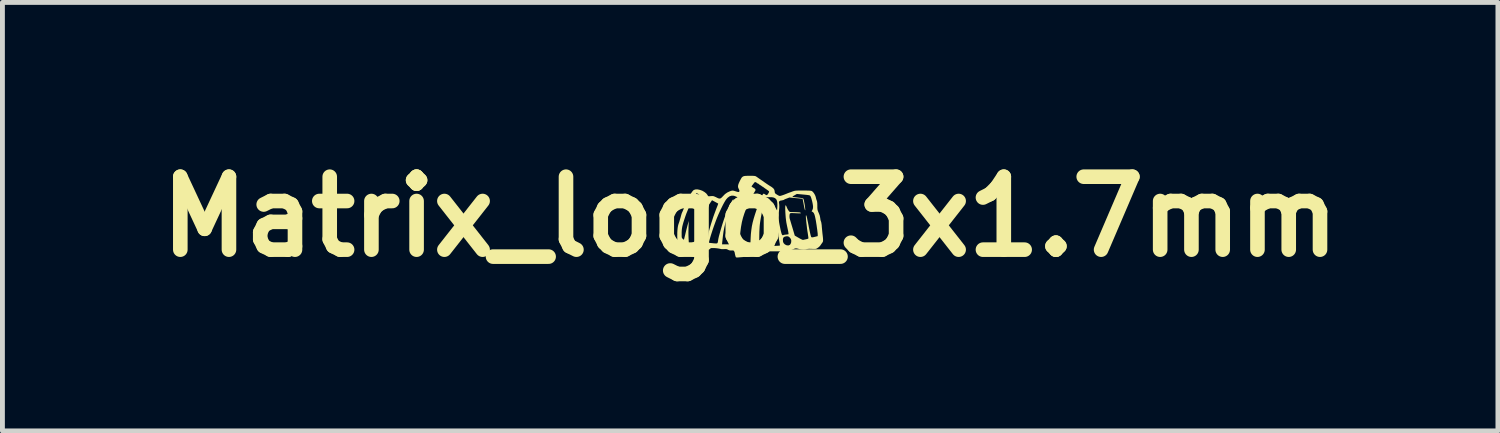
<source format=kicad_pcb>
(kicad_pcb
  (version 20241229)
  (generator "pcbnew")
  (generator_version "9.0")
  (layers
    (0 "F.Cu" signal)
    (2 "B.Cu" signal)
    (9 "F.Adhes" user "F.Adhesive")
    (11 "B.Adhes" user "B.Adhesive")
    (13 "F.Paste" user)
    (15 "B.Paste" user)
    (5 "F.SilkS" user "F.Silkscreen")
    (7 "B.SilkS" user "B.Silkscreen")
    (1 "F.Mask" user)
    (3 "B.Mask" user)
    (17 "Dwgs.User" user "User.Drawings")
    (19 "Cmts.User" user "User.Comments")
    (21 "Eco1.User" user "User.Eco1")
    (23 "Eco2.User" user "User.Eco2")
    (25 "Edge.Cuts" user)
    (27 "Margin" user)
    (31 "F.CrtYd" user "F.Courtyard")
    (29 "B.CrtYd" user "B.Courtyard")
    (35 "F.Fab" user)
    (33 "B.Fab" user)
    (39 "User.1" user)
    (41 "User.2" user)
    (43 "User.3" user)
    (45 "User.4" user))
  (footprint "Matrix_logo_3x1.7mm"
    (layer "F.Cu")
    (at 12.371 1.404)
    (property "Reference" "Matrix_logo_3x1.7mm" (at 0 0 0) (layer "F.SilkS") (effects (font (size 1.5 1.5) (thickness 0.3))))
    (attr board_only exclude_from_pos_files exclude_from_bom)
    (fp_poly (pts (xy -0.341 -0.35) (xy -0.339 -0.338) (xy -0.345 -0.316) (xy -0.359 -0.283) (xy -0.38 -0.239) (xy -0.401 -0.199) (xy -0.417 -0.172) (xy -0.429 -0.158) (xy -0.436 -0.155) (xy -0.448 -0.161) (xy -0.45 -0.168) (xy -0.446 -0.181) (xy -0.437 -0.204) (xy -0.423 -0.233) (xy -0.406 -0.265) (xy -0.389 -0.296) (xy -0.373 -0.323) (xy -0.36 -0.344) (xy -0.351 -0.354) (xy -0.35 -0.354)) (stroke (width 0) (type solid)) (fill yes) (layer "F.SilkS"))
    (fp_poly (pts (xy 0.434 -0.3) (xy 0.439 -0.286) (xy 0.438 -0.281) (xy 0.436 -0.265) (xy 0.432 -0.238) (xy 0.427 -0.205) (xy 0.425 -0.191) (xy 0.417 -0.143) (xy 0.408 -0.109) (xy 0.396 -0.089) (xy 0.386 -0.084) (xy 0.381 -0.091) (xy 0.378 -0.108) (xy 0.378 -0.115) (xy 0.379 -0.139) (xy 0.383 -0.17) (xy 0.388 -0.204) (xy 0.394 -0.239) (xy 0.4 -0.269) (xy 0.406 -0.292) (xy 0.41 -0.302) (xy 0.423 -0.306)) (stroke (width 0) (type solid)) (fill yes) (layer "F.SilkS"))
    (fp_poly (pts (xy 0.036 -0.84) (xy 0.068 -0.839) (xy 0.091 -0.837) (xy 0.106 -0.834) (xy 0.118 -0.829) (xy 0.129 -0.822) (xy 0.132 -0.82) (xy 0.152 -0.806) (xy 0.179 -0.787) (xy 0.209 -0.766) (xy 0.215 -0.762) (xy 0.249 -0.739) (xy 0.288 -0.711) (xy 0.326 -0.685) (xy 0.334 -0.679) (xy 0.367 -0.657) (xy 0.401 -0.635) (xy 0.429 -0.618) (xy 0.437 -0.613) (xy 0.475 -0.584) (xy 0.498 -0.55) (xy 0.505 -0.512) (xy 0.505 -0.512) (xy 0.507 -0.495) (xy 0.512 -0.482) (xy 0.526 -0.47) (xy 0.549 -0.454) (xy 0.574 -0.439) (xy 0.595 -0.429) (xy 0.607 -0.426) (xy 0.629 -0.429) (xy 0.661 -0.439) (xy 0.701 -0.453) (xy 0.744 -0.47) (xy 0.773 -0.482) (xy 0.799 -0.492) (xy 0.816 -0.498) (xy 0.834 -0.504) (xy 0.861 -0.514) (xy 0.879 -0.521) (xy 0.896 -0.526) (xy 0.913 -0.531) (xy 0.933 -0.534) (xy 0.959 -0.536) (xy 0.994 -0.537) (xy 1.039 -0.537) (xy 1.085 -0.537) (xy 1.144 -0.537) (xy 1.189 -0.536) (xy 1.222 -0.535) (xy 1.246 -0.532) (xy 1.262 -0.529) (xy 1.269 -0.526) (xy 1.291 -0.508) (xy 1.313 -0.479) (xy 1.333 -0.445) (xy 1.347 -0.409) (xy 1.351 -0.392) (xy 1.358 -0.363) (xy 1.366 -0.338) (xy 1.37 -0.329) (xy 1.376 -0.307) (xy 1.38 -0.272) (xy 1.381 -0.223) (xy 1.381 -0.184) (xy 1.383 -0.156) (xy 1.387 -0.133) (xy 1.394 -0.112) (xy 1.405 -0.086) (xy 1.408 -0.081) (xy 1.43 -0.024) (xy 1.44 0.026) (xy 1.444 0.057) (xy 1.45 0.084) (xy 1.456 0.098) (xy 1.461 0.115) (xy 1.466 0.143) (xy 1.471 0.178) (xy 1.472 0.199) (xy 1.476 0.242) (xy 1.481 0.294) (xy 1.486 0.345) (xy 1.489 0.37) (xy 1.495 0.42) (xy 1.498 0.457) (xy 1.499 0.483) (xy 1.498 0.503) (xy 1.493 0.518) (xy 1.486 0.531) (xy 1.481 0.538) (xy 1.463 0.563) (xy 1.446 0.588) (xy 1.444 0.591) (xy 1.428 0.61) (xy 1.404 0.631) (xy 1.39 0.641) (xy 1.374 0.652) (xy 1.36 0.659) (xy 1.345 0.663) (xy 1.325 0.664) (xy 1.295 0.664) (xy 1.266 0.662) (xy 1.222 0.661) (xy 1.19 0.662) (xy 1.169 0.666) (xy 1.155 0.67) (xy 1.13 0.677) (xy 1.094 0.678) (xy 1.052 0.674) (xy 1.011 0.666) (xy 0.976 0.657) (xy 0.952 0.652) (xy 0.933 0.652) (xy 0.914 0.657) (xy 0.891 0.667) (xy 0.877 0.673) (xy 0.807 0.7) (xy 0.74 0.712) (xy 0.706 0.713) (xy 0.679 0.713) (xy 0.645 0.712) (xy 0.625 0.712) (xy 0.565 0.713) (xy 0.519 0.713) (xy 0.484 0.713) (xy 0.458 0.713) (xy 0.439 0.712) (xy 0.428 0.712) (xy 0.398 0.713) (xy 0.369 0.717) (xy 0.337 0.717) (xy 0.321 0.711) (xy 0.305 0.706) (xy 0.278 0.701) (xy 0.244 0.696) (xy 0.227 0.695) (xy 0.19 0.692) (xy 0.157 0.689) (xy 0.131 0.687) (xy 0.124 0.687) (xy 0.097 0.685) (xy 0.083 0.743) (xy 0.076 0.772) (xy 0.069 0.794) (xy 0.065 0.805) (xy 0.064 0.806) (xy 0.056 0.808) (xy 0.034 0.811) (xy 0.002 0.814) (xy -0.037 0.819) (xy -0.081 0.823) (xy -0.126 0.828) (xy -0.17 0.832) (xy -0.21 0.835) (xy -0.243 0.838) (xy -0.266 0.839) (xy -0.272 0.84) (xy -0.289 0.836) (xy -0.295 0.83) (xy -0.301 0.815) (xy -0.309 0.786) (xy -0.317 0.746) (xy -0.319 0.736) (xy -0.227 0.736) (xy -0.113 0.736) (xy 0.002 0.736) (xy 0.005 0.601) (xy 0.187 0.601) (xy 0.265 0.601) (xy 0.344 0.601) (xy 0.349 0.444) (xy 0.351 0.385) (xy 0.352 0.321) (xy 0.353 0.257) (xy 0.354 0.199) (xy 0.354 0.166) (xy 0.355 0.109) (xy 0.357 0.065) (xy 0.361 0.035) (xy 0.366 0.016) (xy 0.374 0.007) (xy 0.384 0.005) (xy 0.388 0.007) (xy 0.391 0.013) (xy 0.394 0.023) (xy 0.397 0.04) (xy 0.399 0.065) (xy 0.401 0.101) (xy 0.403 0.148) (xy 0.406 0.209) (xy 0.407 0.243) (xy 0.41 0.306) (xy 0.413 0.366) (xy 0.416 0.421) (xy 0.419 0.469) (xy 0.422 0.506) (xy 0.425 0.531) (xy 0.425 0.533) (xy 0.429 0.562) (xy 0.432 0.584) (xy 0.434 0.596) (xy 0.434 0.596) (xy 0.441 0.598) (xy 0.46 0.599) (xy 0.488 0.6) (xy 0.52 0.6) (xy 0.552 0.599) (xy 0.58 0.597) (xy 0.602 0.595) (xy 0.611 0.593) (xy 0.612 0.593) (xy 0.611 0.584) (xy 0.609 0.563) (xy 0.604 0.532) (xy 0.597 0.495) (xy 0.597 0.494) (xy 0.594 0.478) (xy 0.673 0.478) (xy 0.676 0.516) (xy 0.688 0.544) (xy 0.71 0.567) (xy 0.718 0.573) (xy 0.752 0.589) (xy 0.785 0.592) (xy 0.814 0.581) (xy 0.828 0.565) (xy 0.839 0.542) (xy 0.841 0.538) (xy 0.846 0.496) (xy 0.837 0.459) (xy 0.813 0.428) (xy 0.81 0.426) (xy 0.791 0.41) (xy 0.774 0.404) (xy 0.753 0.403) (xy 0.741 0.404) (xy 0.707 0.412) (xy 0.685 0.428) (xy 0.674 0.455) (xy 0.673 0.478) (xy 0.594 0.478) (xy 0.59 0.457) (xy 0.584 0.409) (xy 0.576 0.352) (xy 0.569 0.291) (xy 0.563 0.229) (xy 0.56 0.203) (xy 0.554 0.139) (xy 0.549 0.089) (xy 0.544 0.051) (xy 0.54 0.023) (xy 0.535 0.004) (xy 0.531 -0.008) (xy 0.587 -0.008) (xy 0.587 0.034) (xy 0.59 0.074) (xy 0.595 0.115) (xy 0.603 0.161) (xy 0.613 0.211) (xy 0.625 0.27) (xy 0.636 0.315) (xy 0.645 0.347) (xy 0.653 0.367) (xy 0.658 0.374) (xy 0.671 0.384) (xy 0.679 0.381) (xy 0.689 0.376) (xy 0.711 0.371) (xy 0.734 0.369) (xy 0.761 0.366) (xy 0.781 0.363) (xy 0.789 0.36) (xy 0.789 0.351) (xy 0.786 0.329) (xy 0.781 0.297) (xy 0.773 0.259) (xy 0.769 0.241) (xy 0.755 0.175) (xy 0.744 0.119) (xy 0.737 0.069) (xy 0.731 0.019) (xy 0.727 -0.035) (xy 0.723 -0.099) (xy 0.723 -0.1) (xy 0.721 -0.157) (xy 0.721 -0.198) (xy 0.724 -0.223) (xy 0.728 -0.234) (xy 0.735 -0.231) (xy 0.745 -0.213) (xy 0.752 -0.195) (xy 0.765 -0.165) (xy 0.781 -0.136) (xy 0.792 -0.121) (xy 0.815 -0.096) (xy 0.922 -0.093) (xy 0.968 -0.091) (xy 1 -0.089) (xy 1.021 -0.087) (xy 1.034 -0.082) (xy 1.04 -0.078) (xy 1.043 -0.073) (xy 1.04 -0.07) (xy 1.03 -0.068) (xy 1.01 -0.068) (xy 0.979 -0.069) (xy 0.938 -0.071) (xy 0.893 -0.073) (xy 0.862 -0.074) (xy 0.841 -0.074) (xy 0.829 -0.072) (xy 0.822 -0.068) (xy 0.817 -0.062) (xy 0.816 -0.061) (xy 0.81 -0.039) (xy 0.808 -0.008) (xy 0.81 0.024) (xy 0.815 0.048) (xy 0.82 0.063) (xy 0.828 0.09) (xy 0.839 0.127) (xy 0.852 0.171) (xy 0.867 0.22) (xy 0.87 0.23) (xy 0.917 0.389) (xy 0.996 0.435) (xy 1.028 0.453) (xy 1.056 0.467) (xy 1.077 0.476) (xy 1.087 0.478) (xy 1.1 0.475) (xy 1.124 0.47) (xy 1.148 0.465) (xy 1.18 0.457) (xy 1.196 0.449) (xy 1.198 0.444) (xy 1.197 0.433) (xy 1.194 0.409) (xy 1.189 0.374) (xy 1.183 0.333) (xy 1.178 0.304) (xy 1.171 0.255) (xy 1.165 0.203) (xy 1.159 0.151) (xy 1.153 0.101) (xy 1.149 0.056) (xy 1.146 0.019) (xy 1.145 -0.009) (xy 1.146 -0.025) (xy 1.147 -0.027) (xy 1.15 -0.028) (xy 1.154 -0.024) (xy 1.158 -0.014) (xy 1.163 0.004) (xy 1.17 0.032) (xy 1.178 0.072) (xy 1.189 0.123) (xy 1.202 0.189) (xy 1.203 0.197) (xy 1.215 0.256) (xy 1.226 0.308) (xy 1.236 0.353) (xy 1.245 0.388) (xy 1.252 0.41) (xy 1.256 0.419) (xy 1.265 0.424) (xy 1.278 0.425) (xy 1.296 0.423) (xy 1.325 0.416) (xy 1.338 0.413) (xy 1.389 0.4) (xy 1.389 0.363) (xy 1.388 0.344) (xy 1.384 0.313) (xy 1.379 0.271) (xy 1.372 0.223) (xy 1.365 0.171) (xy 1.362 0.154) (xy 1.351 0.084) (xy 1.34 0.028) (xy 1.33 -0.016) (xy 1.32 -0.049) (xy 1.309 -0.072) (xy 1.296 -0.089) (xy 1.282 -0.099) (xy 1.282 -0.099) (xy 1.263 -0.109) (xy 1.278 -0.134) (xy 1.29 -0.167) (xy 1.293 -0.2) (xy 1.291 -0.229) (xy 1.285 -0.267) (xy 1.276 -0.31) (xy 1.265 -0.352) (xy 1.254 -0.389) (xy 1.243 -0.415) (xy 1.243 -0.416) (xy 1.238 -0.424) (xy 1.233 -0.431) (xy 1.225 -0.436) (xy 1.212 -0.441) (xy 1.191 -0.444) (xy 1.162 -0.448) (xy 1.122 -0.452) (xy 1.068 -0.457) (xy 1.057 -0.458) (xy 0.96 -0.467) (xy 0.911 -0.439) (xy 0.888 -0.426) (xy 0.873 -0.414) (xy 0.869 -0.408) (xy 0.869 -0.408) (xy 0.879 -0.405) (xy 0.902 -0.402) (xy 0.934 -0.398) (xy 0.972 -0.394) (xy 0.978 -0.393) (xy 1.02 -0.388) (xy 1.055 -0.383) (xy 1.079 -0.378) (xy 1.091 -0.373) (xy 1.097 -0.36) (xy 1.104 -0.335) (xy 1.111 -0.3) (xy 1.119 -0.258) (xy 1.126 -0.212) (xy 1.13 -0.175) (xy 1.133 -0.147) (xy 1.132 -0.133) (xy 1.129 -0.132) (xy 1.124 -0.143) (xy 1.118 -0.165) (xy 1.111 -0.197) (xy 1.103 -0.238) (xy 1.1 -0.253) (xy 1.093 -0.293) (xy 1.086 -0.327) (xy 1.081 -0.352) (xy 1.078 -0.365) (xy 1.077 -0.366) (xy 1.069 -0.368) (xy 1.047 -0.371) (xy 1.015 -0.374) (xy 0.975 -0.378) (xy 0.941 -0.381) (xy 0.807 -0.394) (xy 0.755 -0.374) (xy 0.728 -0.364) (xy 0.707 -0.355) (xy 0.697 -0.348) (xy 0.697 -0.348) (xy 0.687 -0.343) (xy 0.667 -0.338) (xy 0.653 -0.335) (xy 0.62 -0.329) (xy 0.6 -0.318) (xy 0.592 -0.3) (xy 0.594 -0.274) (xy 0.595 -0.27) (xy 0.598 -0.243) (xy 0.599 -0.208) (xy 0.598 -0.181) (xy 0.592 -0.112) (xy 0.588 -0.056) (xy 0.587 -0.008) (xy 0.531 -0.008) (xy 0.531 -0.009) (xy 0.528 -0.013) (xy 0.519 -0.027) (xy 0.518 -0.038) (xy 0.525 -0.052) (xy 0.532 -0.063) (xy 0.541 -0.079) (xy 0.548 -0.098) (xy 0.552 -0.123) (xy 0.556 -0.159) (xy 0.557 -0.175) (xy 0.56 -0.236) (xy 0.558 -0.284) (xy 0.552 -0.321) (xy 0.542 -0.348) (xy 0.532 -0.362) (xy 0.511 -0.381) (xy 0.484 -0.393) (xy 0.447 -0.4) (xy 0.399 -0.401) (xy 0.383 -0.4) (xy 0.312 -0.398) (xy 0.297 -0.346) (xy 0.286 -0.304) (xy 0.274 -0.251) (xy 0.261 -0.188) (xy 0.247 -0.121) (xy 0.234 -0.053) (xy 0.221 0.014) (xy 0.211 0.075) (xy 0.203 0.126) (xy 0.199 0.159) (xy 0.195 0.201) (xy 0.192 0.253) (xy 0.189 0.313) (xy 0.188 0.374) (xy 0.187 0.432) (xy 0.187 0.601) (xy 0.005 0.601) (xy 0.006 0.539) (xy 0.01 0.443) (xy 0.015 0.356) (xy 0.024 0.275) (xy 0.035 0.198) (xy 0.051 0.122) (xy 0.072 0.043) (xy 0.098 -0.042) (xy 0.129 -0.135) (xy 0.161 -0.223) (xy 0.188 -0.294) (xy 0.21 -0.352) (xy 0.229 -0.396) (xy 0.244 -0.429) (xy 0.256 -0.452) (xy 0.267 -0.466) (xy 0.276 -0.472) (xy 0.279 -0.473) (xy 0.29 -0.469) (xy 0.306 -0.458) (xy 0.306 -0.458) (xy 0.325 -0.447) (xy 0.339 -0.442) (xy 0.351 -0.448) (xy 0.365 -0.464) (xy 0.378 -0.485) (xy 0.387 -0.504) (xy 0.389 -0.518) (xy 0.389 -0.518) (xy 0.381 -0.527) (xy 0.363 -0.541) (xy 0.338 -0.559) (xy 0.328 -0.566) (xy 0.302 -0.584) (xy 0.281 -0.599) (xy 0.269 -0.609) (xy 0.268 -0.611) (xy 0.259 -0.616) (xy 0.254 -0.617) (xy 0.244 -0.62) (xy 0.243 -0.623) (xy 0.236 -0.63) (xy 0.22 -0.641) (xy 0.213 -0.645) (xy 0.193 -0.657) (xy 0.179 -0.668) (xy 0.177 -0.671) (xy 0.164 -0.68) (xy 0.159 -0.681) (xy 0.148 -0.684) (xy 0.147 -0.687) (xy 0.141 -0.693) (xy 0.126 -0.702) (xy 0.11 -0.71) (xy 0.099 -0.712) (xy 0.092 -0.707) (xy 0.079 -0.691) (xy 0.061 -0.669) (xy 0.061 -0.668) (xy 0.027 -0.623) (xy 0.045 -0.608) (xy 0.06 -0.597) (xy 0.07 -0.593) (xy 0.08 -0.588) (xy 0.095 -0.575) (xy 0.097 -0.572) (xy 0.109 -0.558) (xy 0.111 -0.548) (xy 0.105 -0.533) (xy 0.101 -0.527) (xy 0.089 -0.506) (xy 0.073 -0.479) (xy 0.058 -0.454) (xy 0.038 -0.418) (xy 0.014 -0.372) (xy -0.012 -0.318) (xy -0.039 -0.26) (xy -0.065 -0.201) (xy -0.089 -0.145) (xy -0.108 -0.096) (xy -0.119 -0.067) (xy -0.147 0.021) (xy -0.17 0.112) (xy -0.188 0.211) (xy -0.203 0.317) (xy -0.214 0.435) (xy -0.221 0.565) (xy -0.223 0.603) (xy -0.227 0.736) (xy -0.319 0.736) (xy -0.321 0.724) (xy -0.327 0.693) (xy -0.377 0.695) (xy -0.409 0.695) (xy -0.432 0.691) (xy -0.454 0.681) (xy -0.456 0.68) (xy -0.476 0.67) (xy -0.495 0.666) (xy -0.521 0.666) (xy -0.536 0.667) (xy -0.586 0.668) (xy -0.619 0.661) (xy -0.642 0.656) (xy -0.676 0.651) (xy -0.713 0.647) (xy -0.73 0.646) (xy -0.768 0.645) (xy -0.792 0.645) (xy -0.808 0.648) (xy -0.816 0.653) (xy -0.817 0.654) (xy -0.832 0.669) (xy -0.852 0.679) (xy -0.878 0.684) (xy -0.913 0.686) (xy -0.961 0.684) (xy -0.999 0.681) (xy -1.033 0.678) (xy -1.059 0.675) (xy -1.071 0.672) (xy -1.086 0.67) (xy -1.114 0.67) (xy -1.15 0.671) (xy -1.189 0.673) (xy -1.228 0.677) (xy -1.263 0.681) (xy -1.283 0.685) (xy -1.309 0.686) (xy -1.335 0.675) (xy -1.338 0.673) (xy -1.36 0.663) (xy -1.378 0.657) (xy -1.382 0.657) (xy -1.406 0.651) (xy -1.435 0.637) (xy -1.461 0.618) (xy -1.476 0.6) (xy -1.484 0.577) (xy -1.491 0.542) (xy -1.495 0.497) (xy -1.498 0.445) (xy -1.499 0.389) (xy -1.498 0.38) (xy -1.408 0.38) (xy -1.408 0.407) (xy -1.406 0.425) (xy -1.402 0.438) (xy -1.395 0.447) (xy -1.387 0.455) (xy -1.373 0.468) (xy -1.363 0.473) (xy -1.362 0.473) (xy -1.359 0.464) (xy -1.353 0.443) (xy -1.346 0.413) (xy -1.337 0.378) (xy -1.326 0.331) (xy -1.313 0.277) (xy -1.299 0.223) (xy -1.29 0.187) (xy -1.262 0.088) (xy -1.267 0.207) (xy -1.268 0.263) (xy -1.269 0.326) (xy -1.268 0.389) (xy -1.266 0.443) (xy -1.26 0.56) (xy -1.207 0.565) (xy -1.175 0.568) (xy -1.146 0.571) (xy -1.129 0.574) (xy -1.114 0.575) (xy -1.105 0.571) (xy -1.101 0.558) (xy -1.098 0.54) (xy -1.081 0.447) (xy -1.053 0.353) (xy -1.03 0.291) (xy -1.016 0.259) (xy -1.004 0.234) (xy -0.996 0.218) (xy -0.993 0.214) (xy -0.993 0.223) (xy -0.996 0.244) (xy -1 0.277) (xy -1.006 0.318) (xy -1.013 0.365) (xy -1.014 0.376) (xy -1.022 0.426) (xy -1.028 0.473) (xy -1.034 0.512) (xy -1.037 0.542) (xy -1.039 0.559) (xy -1.039 0.561) (xy -1.039 0.586) (xy -0.957 0.583) (xy -0.876 0.581) (xy -0.873 0.527) (xy -0.846 0.527) (xy -0.845 0.535) (xy -0.835 0.538) (xy -0.814 0.541) (xy -0.783 0.544) (xy -0.759 0.547) (xy -0.72 0.55) (xy -0.694 0.551) (xy -0.678 0.547) (xy -0.669 0.537) (xy -0.664 0.519) (xy -0.66 0.494) (xy -0.654 0.457) (xy -0.643 0.407) (xy -0.627 0.349) (xy -0.609 0.284) (xy -0.589 0.215) (xy -0.568 0.146) (xy -0.546 0.078) (xy -0.525 0.016) (xy -0.504 -0.038) (xy -0.501 -0.046) (xy -0.49 -0.057) (xy -0.475 -0.059) (xy -0.463 -0.052) (xy -0.461 -0.048) (xy -0.461 -0.037) (xy -0.466 -0.013) (xy -0.475 0.018) (xy -0.484 0.049) (xy -0.51 0.134) (xy -0.53 0.218) (xy -0.547 0.304) (xy -0.56 0.396) (xy -0.571 0.499) (xy -0.573 0.515) (xy -0.578 0.569) (xy -0.49 0.569) (xy -0.402 0.569) (xy -0.402 0.51) (xy -0.401 0.483) (xy -0.398 0.444) (xy -0.394 0.397) (xy -0.388 0.345) (xy -0.382 0.291) (xy -0.382 0.289) (xy -0.369 0.199) (xy -0.353 0.116) (xy -0.333 0.036) (xy -0.307 -0.046) (xy -0.275 -0.132) (xy -0.242 -0.213) (xy -0.223 -0.259) (xy -0.209 -0.294) (xy -0.202 -0.32) (xy -0.202 -0.339) (xy -0.207 -0.353) (xy -0.218 -0.366) (xy -0.236 -0.38) (xy -0.236 -0.38) (xy -0.288 -0.413) (xy -0.335 -0.43) (xy -0.38 -0.432) (xy -0.422 -0.419) (xy -0.462 -0.39) (xy -0.494 -0.354) (xy -0.513 -0.325) (xy -0.537 -0.284) (xy -0.564 -0.233) (xy -0.593 -0.174) (xy -0.623 -0.11) (xy -0.653 -0.044) (xy -0.663 -0.02) (xy -0.684 0.03) (xy -0.705 0.085) (xy -0.727 0.145) (xy -0.749 0.206) (xy -0.77 0.267) (xy -0.789 0.326) (xy -0.807 0.382) (xy -0.822 0.432) (xy -0.834 0.474) (xy -0.842 0.506) (xy -0.846 0.527) (xy -0.873 0.527) (xy -0.871 0.482) (xy -0.868 0.437) (xy -0.863 0.392) (xy -0.858 0.352) (xy -0.853 0.326) (xy -0.841 0.277) (xy -0.824 0.217) (xy -0.804 0.149) (xy -0.781 0.078) (xy -0.758 0.006) (xy -0.734 -0.061) (xy -0.712 -0.12) (xy -0.703 -0.145) (xy -0.687 -0.186) (xy -0.673 -0.221) (xy -0.663 -0.248) (xy -0.658 -0.265) (xy -0.657 -0.269) (xy -0.665 -0.274) (xy -0.684 -0.284) (xy -0.71 -0.298) (xy -0.722 -0.305) (xy -0.784 -0.338) (xy -0.839 -0.256) (xy -0.869 -0.209) (xy -0.903 -0.151) (xy -0.938 -0.087) (xy -0.973 -0.021) (xy -1.005 0.044) (xy -1.034 0.104) (xy -1.055 0.155) (xy -1.058 0.163) (xy -1.071 0.195) (xy -1.082 0.221) (xy -1.089 0.238) (xy -1.092 0.242) (xy -1.094 0.238) (xy -1.095 0.22) (xy -1.094 0.193) (xy -1.092 0.158) (xy -1.089 0.119) (xy -1.086 0.079) (xy -1.082 0.04) (xy -1.077 0.005) (xy -1.074 -0.012) (xy -1.068 -0.044) (xy -1.057 -0.087) (xy -1.043 -0.137) (xy -1.027 -0.191) (xy -1.01 -0.244) (xy -0.995 -0.291) (xy -0.981 -0.333) (xy -0.97 -0.368) (xy -0.963 -0.393) (xy -0.959 -0.406) (xy -0.959 -0.407) (xy -0.966 -0.413) (xy -0.983 -0.424) (xy -1.007 -0.437) (xy -1.035 -0.452) (xy -1.062 -0.465) (xy -1.085 -0.476) (xy -1.099 -0.481) (xy -1.102 -0.482) (xy -1.111 -0.475) (xy -1.126 -0.455) (xy -1.144 -0.424) (xy -1.166 -0.384) (xy -1.19 -0.338) (xy -1.215 -0.286) (xy -1.241 -0.231) (xy -1.266 -0.175) (xy -1.289 -0.119) (xy -1.311 -0.066) (xy -1.328 -0.018) (xy -1.332 -0.007) (xy -1.355 0.062) (xy -1.373 0.119) (xy -1.386 0.166) (xy -1.396 0.207) (xy -1.402 0.244) (xy -1.406 0.279) (xy -1.408 0.317) (xy -1.408 0.34) (xy -1.408 0.38) (xy -1.498 0.38) (xy -1.498 0.332) (xy -1.495 0.278) (xy -1.49 0.229) (xy -1.483 0.188) (xy -1.475 0.158) (xy -1.474 0.155) (xy -1.467 0.135) (xy -1.456 0.104) (xy -1.445 0.065) (xy -1.432 0.023) (xy -1.421 -0.019) (xy -1.413 -0.048) (xy -1.406 -0.07) (xy -1.394 -0.097) (xy -1.391 -0.103) (xy -1.38 -0.128) (xy -1.371 -0.15) (xy -1.369 -0.155) (xy -1.363 -0.174) (xy -1.351 -0.204) (xy -1.334 -0.243) (xy -1.314 -0.288) (xy -1.292 -0.337) (xy -1.284 -0.354) (xy -1.261 -0.401) (xy -1.236 -0.445) (xy -1.212 -0.485) (xy -1.189 -0.518) (xy -1.169 -0.54) (xy -1.158 -0.549) (xy -1.122 -0.56) (xy -1.078 -0.56) (xy -1.031 -0.55) (xy -0.984 -0.533) (xy -0.941 -0.508) (xy -0.904 -0.479) (xy -0.877 -0.445) (xy -0.875 -0.44) (xy -0.868 -0.428) (xy -0.86 -0.421) (xy -0.847 -0.419) (xy -0.824 -0.421) (xy -0.809 -0.422) (xy -0.781 -0.424) (xy -0.76 -0.423) (xy -0.74 -0.417) (xy -0.715 -0.406) (xy -0.7 -0.399) (xy -0.664 -0.381) (xy -0.637 -0.372) (xy -0.616 -0.373) (xy -0.596 -0.384) (xy -0.574 -0.405) (xy -0.562 -0.418) (xy -0.517 -0.464) (xy -0.47 -0.497) (xy -0.418 -0.521) (xy -0.414 -0.523) (xy -0.386 -0.532) (xy -0.365 -0.536) (xy -0.344 -0.534) (xy -0.317 -0.527) (xy -0.296 -0.52) (xy -0.268 -0.512) (xy -0.245 -0.507) (xy -0.232 -0.508) (xy -0.221 -0.519) (xy -0.221 -0.54) (xy -0.233 -0.567) (xy -0.235 -0.571) (xy -0.246 -0.596) (xy -0.25 -0.622) (xy -0.246 -0.652) (xy -0.233 -0.689) (xy -0.211 -0.736) (xy -0.211 -0.736) (xy -0.192 -0.772) (xy -0.177 -0.799) (xy -0.16 -0.817) (xy -0.141 -0.829) (xy -0.116 -0.836) (xy -0.081 -0.839) (xy -0.036 -0.84) (xy -0.01 -0.84)) (stroke (width 0) (type solid)) (fill yes) (layer "F.SilkS")))
  (gr_rect
    (start -3 -3)
    (end 27.743 5.808)
    (stroke (width 0.1) (type default))
    (fill no)
    (layer "Edge.Cuts")))
</source>
